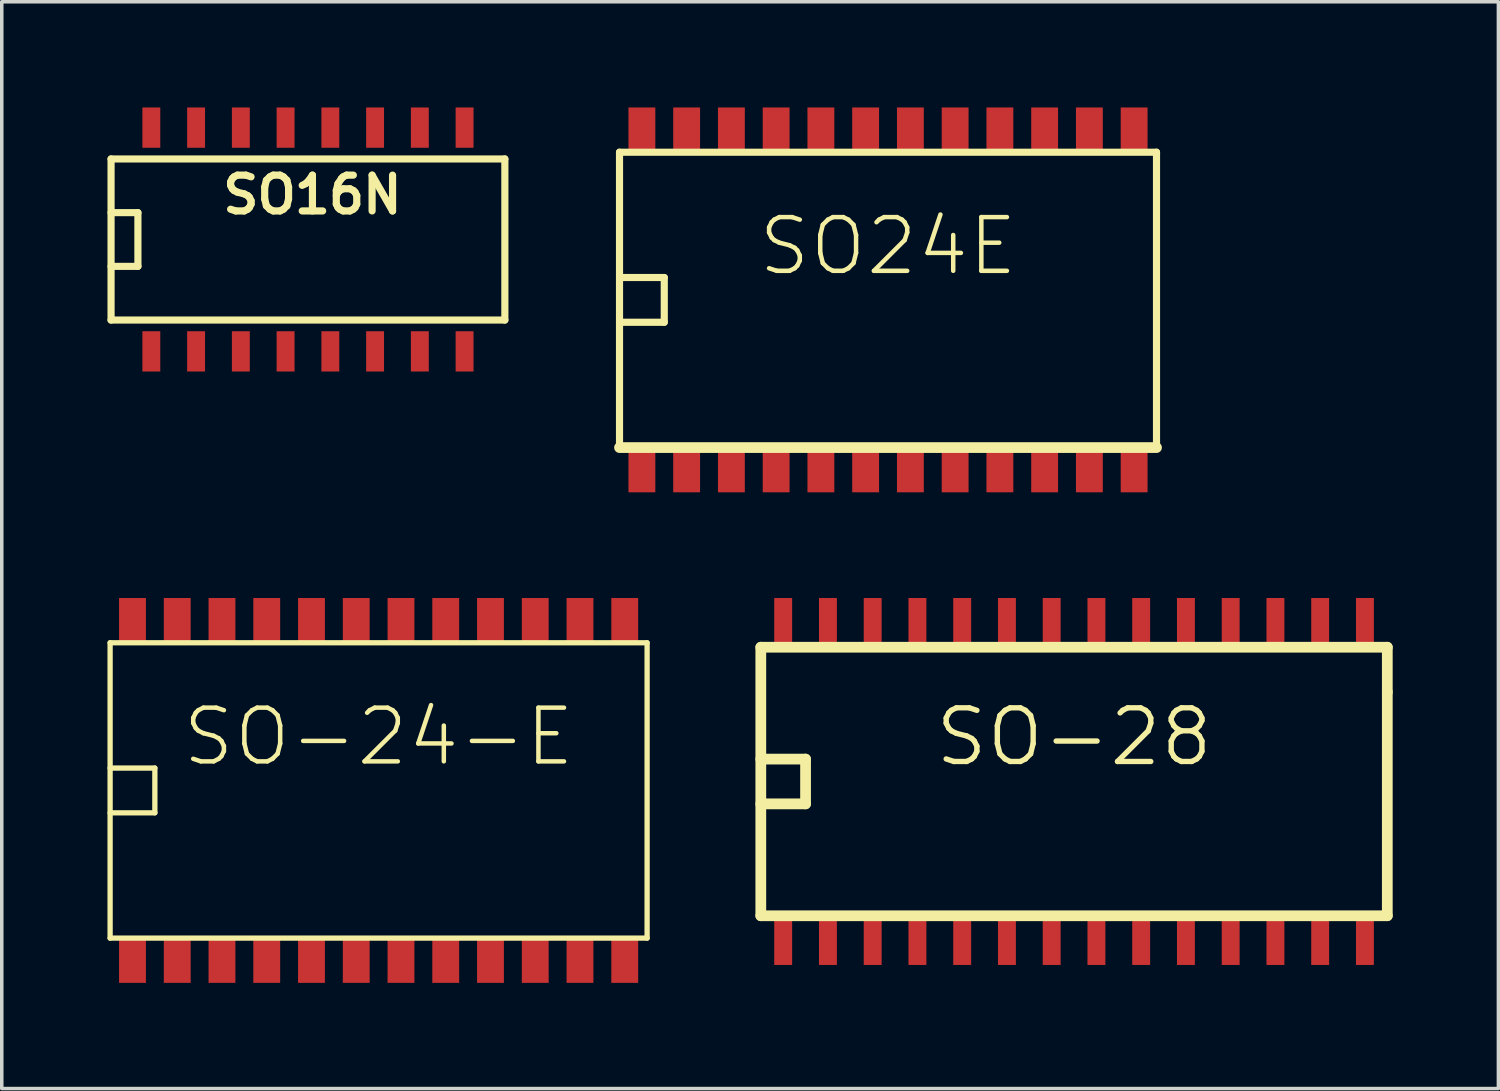
<source format=kicad_pcb>
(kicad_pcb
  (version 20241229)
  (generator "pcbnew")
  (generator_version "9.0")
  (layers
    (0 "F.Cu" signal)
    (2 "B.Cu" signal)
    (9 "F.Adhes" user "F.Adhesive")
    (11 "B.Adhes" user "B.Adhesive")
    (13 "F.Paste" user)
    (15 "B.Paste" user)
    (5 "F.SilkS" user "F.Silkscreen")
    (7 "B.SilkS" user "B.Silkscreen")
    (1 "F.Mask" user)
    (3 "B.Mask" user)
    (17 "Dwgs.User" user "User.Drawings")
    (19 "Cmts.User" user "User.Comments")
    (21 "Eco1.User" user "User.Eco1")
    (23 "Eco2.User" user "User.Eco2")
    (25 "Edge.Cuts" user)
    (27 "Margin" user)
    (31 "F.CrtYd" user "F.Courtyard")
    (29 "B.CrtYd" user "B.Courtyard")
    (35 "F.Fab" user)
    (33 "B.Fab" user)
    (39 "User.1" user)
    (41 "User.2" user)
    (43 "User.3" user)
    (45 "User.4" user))
  (footprint "SO24E"
    (layer "F.Cu")
    (at 22.152 5.461)
    (property "Reference" "SO24E" (at 0 -1.524 0) (layer "F.SilkS") (effects (font (size 1.524 1.524) (thickness 0.127))))
    (attr smd)
    (fp_line (start -7.62 -4.191) (end -7.62 4.191) (stroke (width 0.203) (type solid)) (layer "F.SilkS"))
    (fp_line (start -7.62 -0.635) (end -6.35 -0.635) (stroke (width 0.203) (type solid)) (layer "F.SilkS"))
    (fp_line (start -7.62 4.191) (end 7.62 4.191) (stroke (width 0.305) (type solid)) (layer "F.SilkS"))
    (fp_line (start -6.35 -0.635) (end -6.35 0.635) (stroke (width 0.203) (type solid)) (layer "F.SilkS"))
    (fp_line (start -6.35 0.635) (end -7.62 0.635) (stroke (width 0.203) (type solid)) (layer "F.SilkS"))
    (fp_line (start 7.62 -4.191) (end -7.62 -4.191) (stroke (width 0.203) (type solid)) (layer "F.SilkS"))
    (fp_line (start 7.62 4.191) (end 7.62 -4.191) (stroke (width 0.203) (type solid)) (layer "F.SilkS"))
    (pad "1" smd rect (at -6.985 4.826) (size 0.762 1.27) (layers "F.Cu" "F.Mask" "F.Paste"))
    (pad "2" smd rect (at -5.715 4.826) (size 0.762 1.27) (layers "F.Cu" "F.Mask" "F.Paste"))
    (pad "3" smd rect (at -4.445 4.826) (size 0.762 1.27) (layers "F.Cu" "F.Mask" "F.Paste"))
    (pad "4" smd rect (at -3.175 4.826) (size 0.762 1.27) (layers "F.Cu" "F.Mask" "F.Paste"))
    (pad "5" smd rect (at -1.905 4.826) (size 0.762 1.27) (layers "F.Cu" "F.Mask" "F.Paste"))
    (pad "6" smd rect (at -0.635 4.826) (size 0.762 1.27) (layers "F.Cu" "F.Mask" "F.Paste"))
    (pad "7" smd rect (at 0.635 4.826) (size 0.762 1.27) (layers "F.Cu" "F.Mask" "F.Paste"))
    (pad "8" smd rect (at 1.905 4.826) (size 0.762 1.27) (layers "F.Cu" "F.Mask" "F.Paste"))
    (pad "9" smd rect (at 3.175 4.826) (size 0.762 1.27) (layers "F.Cu" "F.Mask" "F.Paste"))
    (pad "10" smd rect (at 4.445 4.826) (size 0.762 1.27) (layers "F.Cu" "F.Mask" "F.Paste"))
    (pad "11" smd rect (at 5.715 4.826) (size 0.762 1.27) (layers "F.Cu" "F.Mask" "F.Paste"))
    (pad "12" smd rect (at 6.985 4.826) (size 0.762 1.27) (layers "F.Cu" "F.Mask" "F.Paste"))
    (pad "13" smd rect (at 6.985 -4.826) (size 0.762 1.27) (layers "F.Cu" "F.Mask" "F.Paste"))
    (pad "14" smd rect (at 5.715 -4.826) (size 0.762 1.27) (layers "F.Cu" "F.Mask" "F.Paste"))
    (pad "15" smd rect (at 4.445 -4.826) (size 0.762 1.27) (layers "F.Cu" "F.Mask" "F.Paste"))
    (pad "16" smd rect (at 3.175 -4.826) (size 0.762 1.27) (layers "F.Cu" "F.Mask" "F.Paste"))
    (pad "17" smd rect (at 1.905 -4.826) (size 0.762 1.27) (layers "F.Cu" "F.Mask" "F.Paste"))
    (pad "18" smd rect (at 0.635 -4.826) (size 0.762 1.27) (layers "F.Cu" "F.Mask" "F.Paste"))
    (pad "19" smd rect (at -0.635 -4.826) (size 0.762 1.27) (layers "F.Cu" "F.Mask" "F.Paste"))
    (pad "20" smd rect (at -1.905 -4.826) (size 0.762 1.27) (layers "F.Cu" "F.Mask" "F.Paste"))
    (pad "21" smd rect (at -3.175 -4.826) (size 0.762 1.27) (layers "F.Cu" "F.Mask" "F.Paste"))
    (pad "22" smd rect (at -4.445 -4.826) (size 0.762 1.27) (layers "F.Cu" "F.Mask" "F.Paste"))
    (pad "23" smd rect (at -5.715 -4.826) (size 0.762 1.27) (layers "F.Cu" "F.Mask" "F.Paste"))
    (pad "24" smd rect (at -6.985 -4.826) (size 0.762 1.27) (layers "F.Cu" "F.Mask" "F.Paste")))
  (footprint "SO16N"
    (layer "F.Cu")
    (at 5.69 3.747)
    (property "Reference" "SO16N" (at 0.127 -1.27 0) (layer "F.SilkS") (effects (font (size 1.016 1.016) (thickness 0.203))))
    (attr smd)
    (fp_line (start -5.588 -2.286) (end 5.588 -2.286) (stroke (width 0.203) (type solid)) (layer "F.SilkS"))
    (fp_line (start -5.588 -0.762) (end -4.826 -0.762) (stroke (width 0.203) (type solid)) (layer "F.SilkS"))
    (fp_line (start -5.588 2.286) (end -5.588 -2.286) (stroke (width 0.203) (type solid)) (layer "F.SilkS"))
    (fp_line (start -4.826 -0.762) (end -4.826 0.762) (stroke (width 0.203) (type solid)) (layer "F.SilkS"))
    (fp_line (start -4.826 0.762) (end -5.588 0.762) (stroke (width 0.203) (type solid)) (layer "F.SilkS"))
    (fp_line (start 5.588 -2.286) (end 5.588 2.286) (stroke (width 0.203) (type solid)) (layer "F.SilkS"))
    (fp_line (start 5.588 2.286) (end -5.588 2.286) (stroke (width 0.203) (type solid)) (layer "F.SilkS"))
    (pad "1" smd rect (at -4.445 3.175) (size 0.508 1.143) (layers "F.Cu" "F.Mask" "F.Paste"))
    (pad "2" smd rect (at -3.175 3.175) (size 0.508 1.143) (layers "F.Cu" "F.Mask" "F.Paste"))
    (pad "3" smd rect (at -1.905 3.175) (size 0.508 1.143) (layers "F.Cu" "F.Mask" "F.Paste"))
    (pad "4" smd rect (at -0.635 3.175) (size 0.508 1.143) (layers "F.Cu" "F.Mask" "F.Paste"))
    (pad "5" smd rect (at 0.635 3.175) (size 0.508 1.143) (layers "F.Cu" "F.Mask" "F.Paste"))
    (pad "6" smd rect (at 1.905 3.175) (size 0.508 1.143) (layers "F.Cu" "F.Mask" "F.Paste"))
    (pad "7" smd rect (at 3.175 3.175) (size 0.508 1.143) (layers "F.Cu" "F.Mask" "F.Paste"))
    (pad "8" smd rect (at 4.445 3.175) (size 0.508 1.143) (layers "F.Cu" "F.Mask" "F.Paste"))
    (pad "9" smd rect (at 4.445 -3.175) (size 0.508 1.143) (layers "F.Cu" "F.Mask" "F.Paste"))
    (pad "10" smd rect (at 3.175 -3.175) (size 0.508 1.143) (layers "F.Cu" "F.Mask" "F.Paste"))
    (pad "11" smd rect (at 1.905 -3.175) (size 0.508 1.143) (layers "F.Cu" "F.Mask" "F.Paste"))
    (pad "12" smd rect (at 0.635 -3.175) (size 0.508 1.143) (layers "F.Cu" "F.Mask" "F.Paste"))
    (pad "13" smd rect (at -0.635 -3.175) (size 0.508 1.143) (layers "F.Cu" "F.Mask" "F.Paste"))
    (pad "14" smd rect (at -1.905 -3.175) (size 0.508 1.143) (layers "F.Cu" "F.Mask" "F.Paste"))
    (pad "15" smd rect (at -3.175 -3.175) (size 0.508 1.143) (layers "F.Cu" "F.Mask" "F.Paste"))
    (pad "16" smd rect (at -4.445 -3.175) (size 0.508 1.143) (layers "F.Cu" "F.Mask" "F.Paste")))
  (footprint "SO-24-E"
    (layer "F.Cu")
    (at 7.695 19.383)
    (property "Reference" "SO-24-E" (at 0 -1.524 0) (layer "F.SilkS") (effects (font (size 1.524 1.524) (thickness 0.127))))
    (attr smd)
    (fp_line (start -7.62 -4.191) (end -7.62 4.191) (stroke (width 0.15) (type solid)) (layer "F.SilkS"))
    (fp_line (start -7.62 -0.635) (end -6.35 -0.635) (stroke (width 0.15) (type solid)) (layer "F.SilkS"))
    (fp_line (start -7.62 4.191) (end 7.62 4.191) (stroke (width 0.15) (type solid)) (layer "F.SilkS"))
    (fp_line (start -6.35 -0.635) (end -6.35 0.635) (stroke (width 0.15) (type solid)) (layer "F.SilkS"))
    (fp_line (start -6.35 0.635) (end -7.62 0.635) (stroke (width 0.15) (type solid)) (layer "F.SilkS"))
    (fp_line (start 7.62 -4.191) (end -7.62 -4.191) (stroke (width 0.15) (type solid)) (layer "F.SilkS"))
    (fp_line (start 7.62 4.191) (end 7.62 -4.191) (stroke (width 0.15) (type solid)) (layer "F.SilkS"))
    (pad "1" smd rect (at -6.985 4.826) (size 0.762 1.27) (layers "F.Cu" "F.Mask" "F.Paste"))
    (pad "2" smd rect (at -5.715 4.826) (size 0.762 1.27) (layers "F.Cu" "F.Mask" "F.Paste"))
    (pad "3" smd rect (at -4.445 4.826) (size 0.762 1.27) (layers "F.Cu" "F.Mask" "F.Paste"))
    (pad "4" smd rect (at -3.175 4.826) (size 0.762 1.27) (layers "F.Cu" "F.Mask" "F.Paste"))
    (pad "5" smd rect (at -1.905 4.826) (size 0.762 1.27) (layers "F.Cu" "F.Mask" "F.Paste"))
    (pad "6" smd rect (at -0.635 4.826) (size 0.762 1.27) (layers "F.Cu" "F.Mask" "F.Paste"))
    (pad "7" smd rect (at 0.635 4.826) (size 0.762 1.27) (layers "F.Cu" "F.Mask" "F.Paste"))
    (pad "8" smd rect (at 1.905 4.826) (size 0.762 1.27) (layers "F.Cu" "F.Mask" "F.Paste"))
    (pad "9" smd rect (at 3.175 4.826) (size 0.762 1.27) (layers "F.Cu" "F.Mask" "F.Paste"))
    (pad "10" smd rect (at 4.445 4.826) (size 0.762 1.27) (layers "F.Cu" "F.Mask" "F.Paste"))
    (pad "11" smd rect (at 5.715 4.826) (size 0.762 1.27) (layers "F.Cu" "F.Mask" "F.Paste"))
    (pad "12" smd rect (at 6.985 4.826) (size 0.762 1.27) (layers "F.Cu" "F.Mask" "F.Paste"))
    (pad "13" smd rect (at 6.985 -4.826) (size 0.762 1.27) (layers "F.Cu" "F.Mask" "F.Paste"))
    (pad "14" smd rect (at 5.715 -4.826) (size 0.762 1.27) (layers "F.Cu" "F.Mask" "F.Paste"))
    (pad "15" smd rect (at 4.445 -4.826) (size 0.762 1.27) (layers "F.Cu" "F.Mask" "F.Paste"))
    (pad "16" smd rect (at 3.175 -4.826) (size 0.762 1.27) (layers "F.Cu" "F.Mask" "F.Paste"))
    (pad "17" smd rect (at 1.905 -4.826) (size 0.762 1.27) (layers "F.Cu" "F.Mask" "F.Paste"))
    (pad "18" smd rect (at 0.635 -4.826) (size 0.762 1.27) (layers "F.Cu" "F.Mask" "F.Paste"))
    (pad "19" smd rect (at -0.635 -4.826) (size 0.762 1.27) (layers "F.Cu" "F.Mask" "F.Paste"))
    (pad "20" smd rect (at -1.905 -4.826) (size 0.762 1.27) (layers "F.Cu" "F.Mask" "F.Paste"))
    (pad "21" smd rect (at -3.175 -4.826) (size 0.762 1.27) (layers "F.Cu" "F.Mask" "F.Paste"))
    (pad "22" smd rect (at -4.445 -4.826) (size 0.762 1.27) (layers "F.Cu" "F.Mask" "F.Paste"))
    (pad "23" smd rect (at -5.715 -4.826) (size 0.762 1.27) (layers "F.Cu" "F.Mask" "F.Paste"))
    (pad "24" smd rect (at -6.985 -4.826) (size 0.762 1.27) (layers "F.Cu" "F.Mask" "F.Paste")))
  (footprint "SO-28"
    (layer "F.Cu")
    (at 27.432 19.129)
    (property "Reference" "SO-28" (at 0 -1.265 0) (layer "F.SilkS") (effects (font (size 1.524 1.524) (thickness 0.152))))
    (attr smd)
    (fp_line (start -8.89 -3.81) (end 8.89 -3.81) (stroke (width 0.305) (type solid)) (layer "F.SilkS"))
    (fp_line (start -8.89 -0.635) (end -7.62 -0.635) (stroke (width 0.305) (type solid)) (layer "F.SilkS"))
    (fp_line (start -8.89 3.81) (end -8.89 -3.81) (stroke (width 0.305) (type solid)) (layer "F.SilkS"))
    (fp_line (start -7.62 -0.635) (end -7.62 0.635) (stroke (width 0.305) (type solid)) (layer "F.SilkS"))
    (fp_line (start -7.62 0.635) (end -8.89 0.635) (stroke (width 0.305) (type solid)) (layer "F.SilkS"))
    (fp_line (start 8.89 -3.81) (end 8.89 -2.54) (stroke (width 0.305) (type solid)) (layer "F.SilkS"))
    (fp_line (start 8.89 -2.54) (end 8.89 3.81) (stroke (width 0.305) (type solid)) (layer "F.SilkS"))
    (fp_line (start 8.89 3.81) (end -8.89 3.81) (stroke (width 0.305) (type solid)) (layer "F.SilkS"))
    (pad "1" smd rect (at -8.255 4.572) (size 0.508 1.27) (layers "F.Cu" "F.Mask" "F.Paste"))
    (pad "2" smd rect (at -6.985 4.572) (size 0.508 1.27) (layers "F.Cu" "F.Mask" "F.Paste"))
    (pad "3" smd rect (at -5.715 4.572) (size 0.508 1.27) (layers "F.Cu" "F.Mask" "F.Paste"))
    (pad "4" smd rect (at -4.445 4.572) (size 0.508 1.27) (layers "F.Cu" "F.Mask" "F.Paste"))
    (pad "5" smd rect (at -3.175 4.572) (size 0.508 1.27) (layers "F.Cu" "F.Mask" "F.Paste"))
    (pad "6" smd rect (at -1.905 4.572) (size 0.508 1.27) (layers "F.Cu" "F.Mask" "F.Paste"))
    (pad "7" smd rect (at -0.635 4.572) (size 0.508 1.27) (layers "F.Cu" "F.Mask" "F.Paste"))
    (pad "8" smd rect (at 0.635 4.572) (size 0.508 1.27) (layers "F.Cu" "F.Mask" "F.Paste"))
    (pad "9" smd rect (at 1.905 4.572) (size 0.508 1.27) (layers "F.Cu" "F.Mask" "F.Paste"))
    (pad "10" smd rect (at 3.175 4.572) (size 0.508 1.27) (layers "F.Cu" "F.Mask" "F.Paste"))
    (pad "11" smd rect (at 4.445 4.572) (size 0.508 1.27) (layers "F.Cu" "F.Mask" "F.Paste"))
    (pad "12" smd rect (at 5.715 4.572) (size 0.508 1.27) (layers "F.Cu" "F.Mask" "F.Paste"))
    (pad "13" smd rect (at 6.985 4.572) (size 0.508 1.27) (layers "F.Cu" "F.Mask" "F.Paste"))
    (pad "14" smd rect (at 8.255 4.572) (size 0.508 1.27) (layers "F.Cu" "F.Mask" "F.Paste"))
    (pad "15" smd rect (at 8.255 -4.572) (size 0.508 1.27) (layers "F.Cu" "F.Mask" "F.Paste"))
    (pad "16" smd rect (at 6.985 -4.572) (size 0.508 1.27) (layers "F.Cu" "F.Mask" "F.Paste"))
    (pad "17" smd rect (at 5.715 -4.572) (size 0.508 1.27) (layers "F.Cu" "F.Mask" "F.Paste"))
    (pad "18" smd rect (at 4.445 -4.572) (size 0.508 1.27) (layers "F.Cu" "F.Mask" "F.Paste"))
    (pad "19" smd rect (at 3.175 -4.572) (size 0.508 1.27) (layers "F.Cu" "F.Mask" "F.Paste"))
    (pad "20" smd rect (at 1.905 -4.572) (size 0.508 1.27) (layers "F.Cu" "F.Mask" "F.Paste"))
    (pad "21" smd rect (at 0.635 -4.572) (size 0.508 1.27) (layers "F.Cu" "F.Mask" "F.Paste"))
    (pad "22" smd rect (at -0.635 -4.572) (size 0.508 1.27) (layers "F.Cu" "F.Mask" "F.Paste"))
    (pad "23" smd rect (at -1.905 -4.572) (size 0.508 1.27) (layers "F.Cu" "F.Mask" "F.Paste"))
    (pad "24" smd rect (at -3.175 -4.572) (size 0.508 1.27) (layers "F.Cu" "F.Mask" "F.Paste"))
    (pad "25" smd rect (at -4.445 -4.572) (size 0.508 1.27) (layers "F.Cu" "F.Mask" "F.Paste"))
    (pad "26" smd rect (at -5.715 -4.572) (size 0.508 1.27) (layers "F.Cu" "F.Mask" "F.Paste"))
    (pad "27" smd rect (at -6.985 -4.572) (size 0.508 1.27) (layers "F.Cu" "F.Mask" "F.Paste"))
    (pad "28" smd rect (at -8.255 -4.572) (size 0.508 1.27) (layers "F.Cu" "F.Mask" "F.Paste")))
  (gr_rect
    (start -3 -3)
    (end 39.475 27.844)
    (stroke (width 0.1) (type default))
    (fill no)
    (layer "Edge.Cuts")))
</source>
